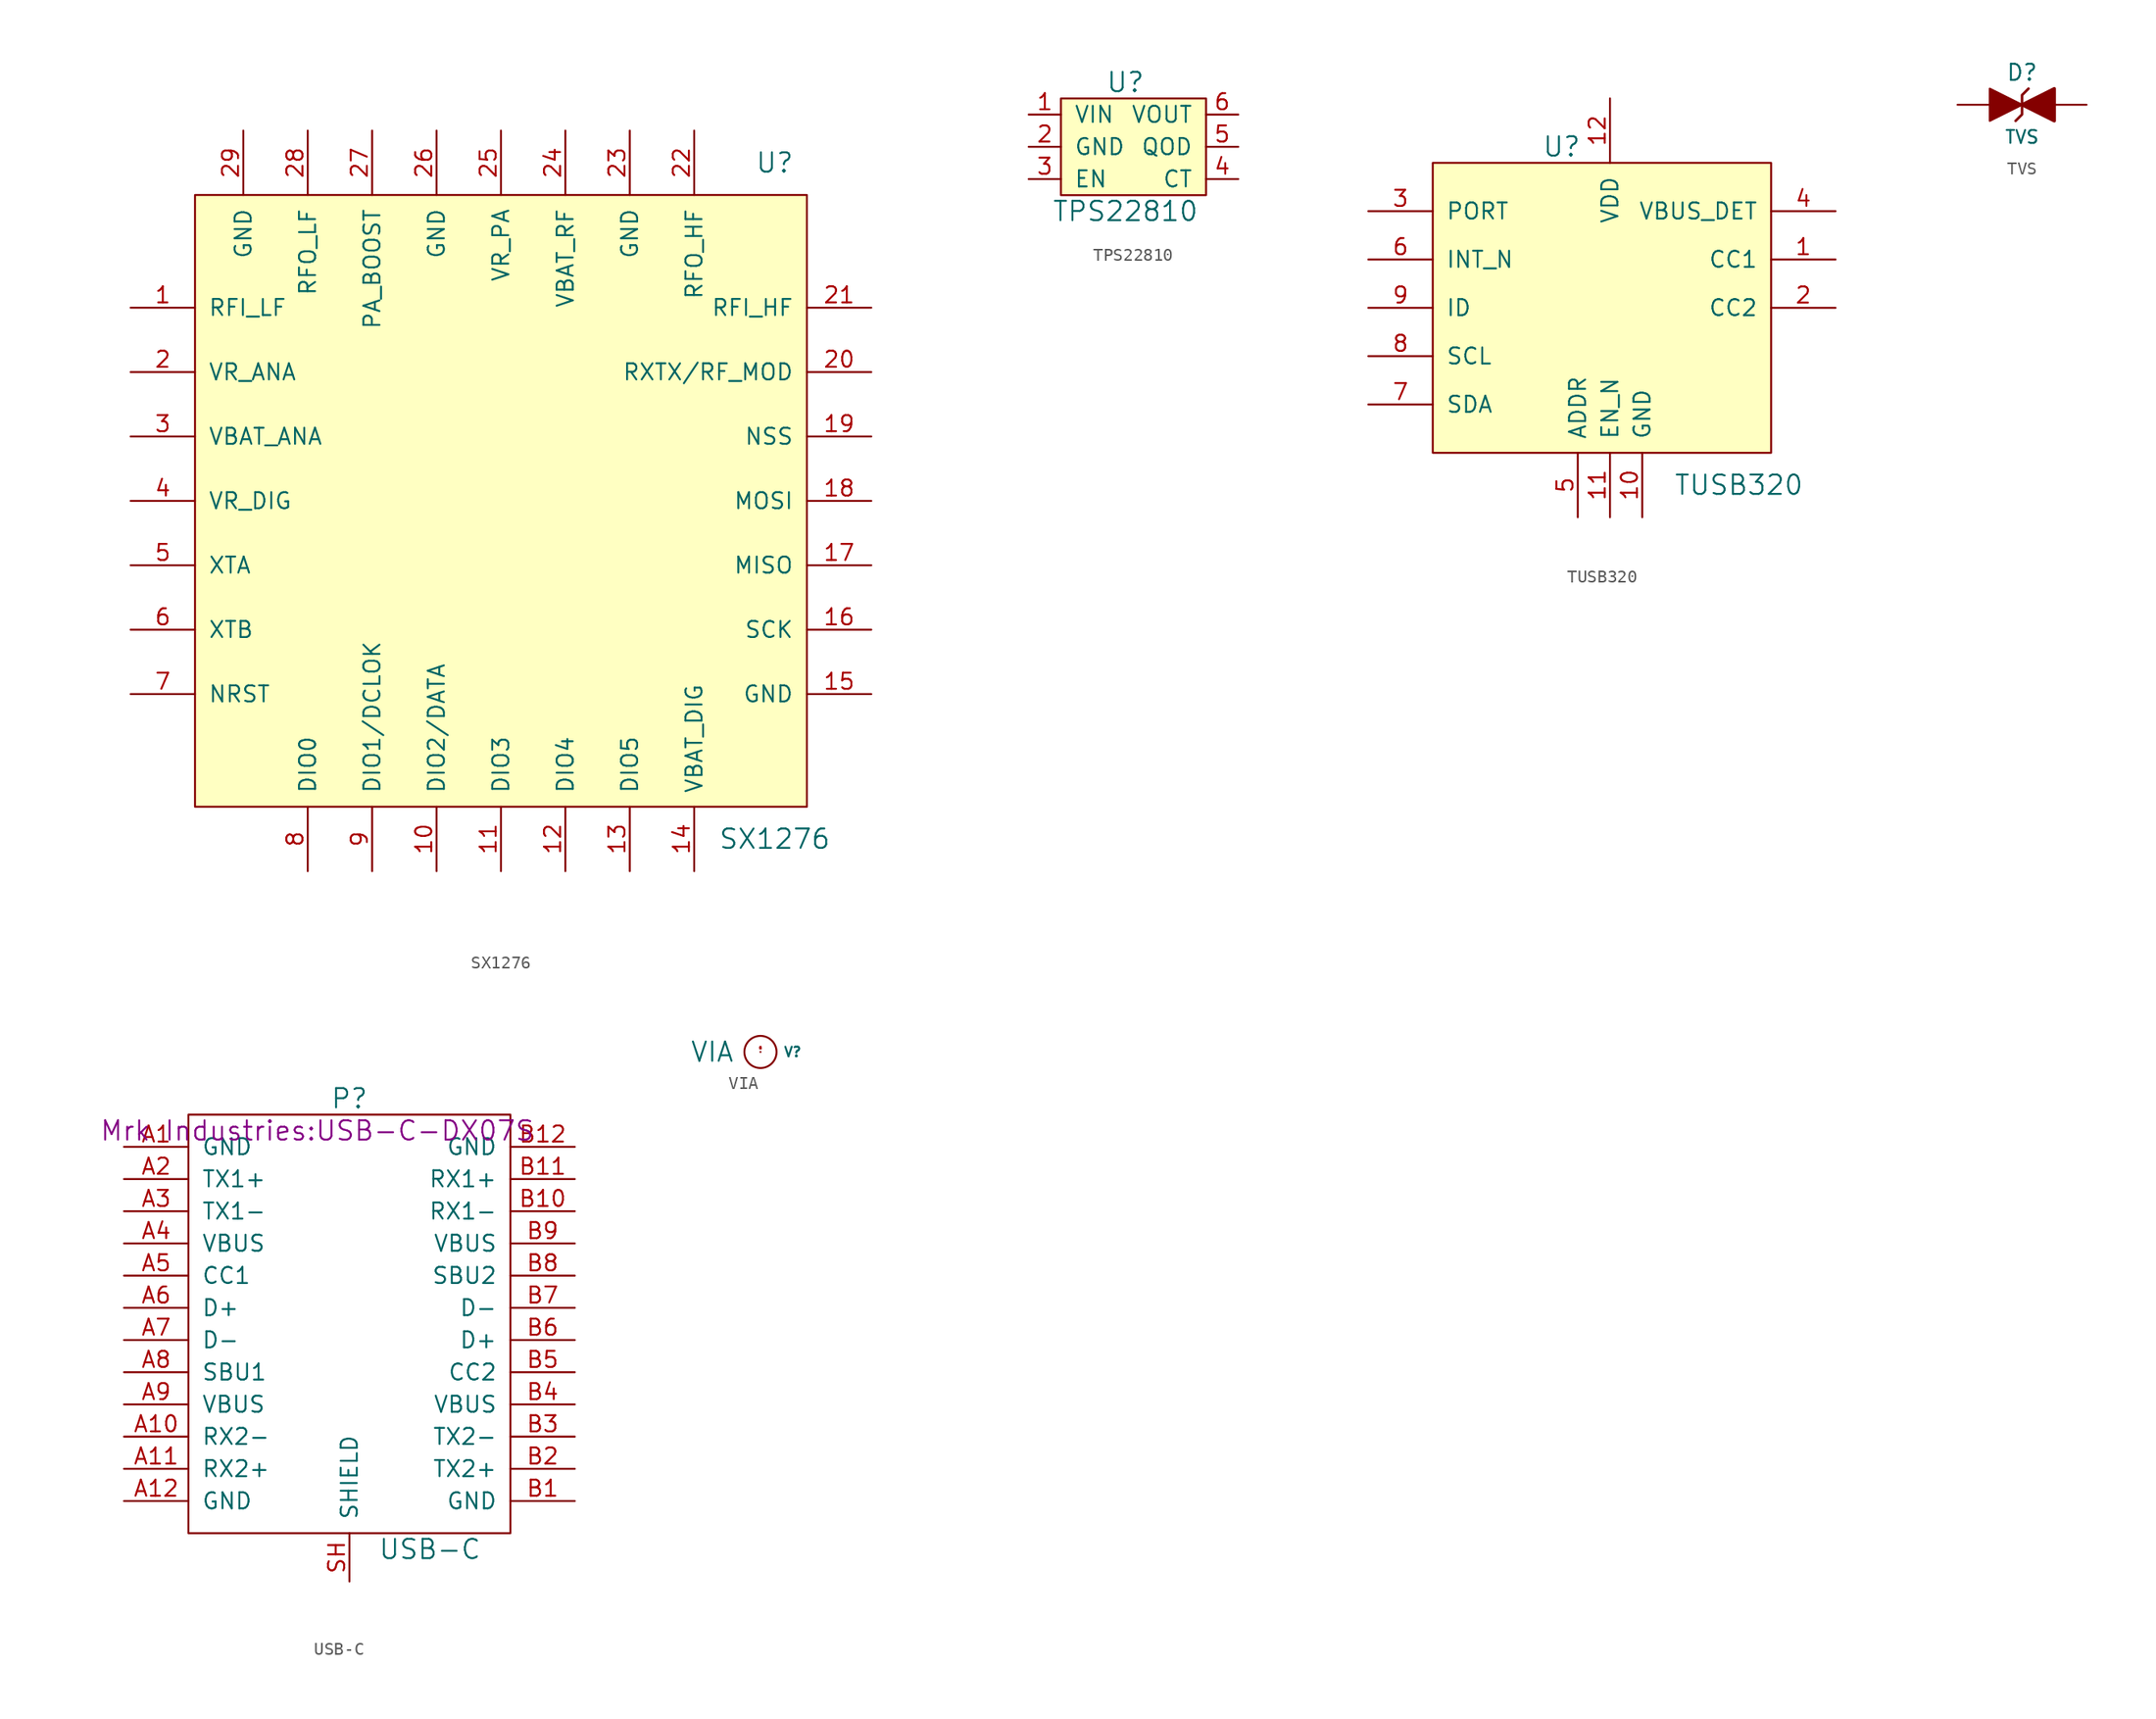
<source format=kicad_sym>
(kicad_symbol_lib
  (version 20211014)
  (generator kicad_symbol_editor)
  (symbol "SX1276"
    (pin_names
      (offset 1.016))
    (property "Reference" "U"
      (at 21.59 26.67 0)
      (effects (font (size 1.524 1.524))))
    (property "Value" "SX1276"
      (at 21.59 -26.67 0)
      (effects (font (size 1.524 1.524))))
    (property "Footprint" ""
      (at 0 0 0)
      (effects (font (size 1.524 1.524))))
    (property "Datasheet" ""
      (at 0 0 0)
      (effects (font (size 1.524 1.524))))
    (symbol "SX1276_0_1"
      (rectangle (start -24.13 24.13) (end 24.13 -24.13) (stroke (width 0) (type default) (color 0 0 0 0)) (fill (type background))))
    (symbol "SX1276_1_1"
      (pin input line (at -29.21 15.24 0) (length 5.08) (name "RFI_LF" (effects (font (size 1.27 1.27)))) (number "1" (effects (font (size 1.27 1.27)))))
      (pin input line (at -5.08 -29.21 90) (length 5.08) (name "DIO2/DATA" (effects (font (size 1.27 1.27)))) (number "10" (effects (font (size 1.27 1.27)))))
      (pin input line (at 0 -29.21 90) (length 5.08) (name "DIO3" (effects (font (size 1.27 1.27)))) (number "11" (effects (font (size 1.27 1.27)))))
      (pin input line (at 5.08 -29.21 90) (length 5.08) (name "DIO4" (effects (font (size 1.27 1.27)))) (number "12" (effects (font (size 1.27 1.27)))))
      (pin input line (at 10.16 -29.21 90) (length 5.08) (name "DIO5" (effects (font (size 1.27 1.27)))) (number "13" (effects (font (size 1.27 1.27)))))
      (pin input line (at 15.24 -29.21 90) (length 5.08) (name "VBAT_DIG" (effects (font (size 1.27 1.27)))) (number "14" (effects (font (size 1.27 1.27)))))
      (pin input line (at 29.21 -15.24 180) (length 5.08) (name "GND" (effects (font (size 1.27 1.27)))) (number "15" (effects (font (size 1.27 1.27)))))
      (pin input line (at 29.21 -10.16 180) (length 5.08) (name "SCK" (effects (font (size 1.27 1.27)))) (number "16" (effects (font (size 1.27 1.27)))))
      (pin input line (at 29.21 -5.08 180) (length 5.08) (name "MISO" (effects (font (size 1.27 1.27)))) (number "17" (effects (font (size 1.27 1.27)))))
      (pin input line (at 29.21 0 180) (length 5.08) (name "MOSI" (effects (font (size 1.27 1.27)))) (number "18" (effects (font (size 1.27 1.27)))))
      (pin input line (at 29.21 5.08 180) (length 5.08) (name "NSS" (effects (font (size 1.27 1.27)))) (number "19" (effects (font (size 1.27 1.27)))))
      (pin input line (at -29.21 10.16 0) (length 5.08) (name "VR_ANA" (effects (font (size 1.27 1.27)))) (number "2" (effects (font (size 1.27 1.27)))))
      (pin input line (at 29.21 10.16 180) (length 5.08) (name "RXTX/RF_MOD" (effects (font (size 1.27 1.27)))) (number "20" (effects (font (size 1.27 1.27)))))
      (pin input line (at 29.21 15.24 180) (length 5.08) (name "RFI_HF" (effects (font (size 1.27 1.27)))) (number "21" (effects (font (size 1.27 1.27)))))
      (pin input line (at 15.24 29.21 270) (length 5.08) (name "RFO_HF" (effects (font (size 1.27 1.27)))) (number "22" (effects (font (size 1.27 1.27)))))
      (pin input line (at 10.16 29.21 270) (length 5.08) (name "GND" (effects (font (size 1.27 1.27)))) (number "23" (effects (font (size 1.27 1.27)))))
      (pin input line (at 5.08 29.21 270) (length 5.08) (name "VBAT_RF" (effects (font (size 1.27 1.27)))) (number "24" (effects (font (size 1.27 1.27)))))
      (pin input line (at 0 29.21 270) (length 5.08) (name "VR_PA" (effects (font (size 1.27 1.27)))) (number "25" (effects (font (size 1.27 1.27)))))
      (pin input line (at -5.08 29.21 270) (length 5.08) (name "GND" (effects (font (size 1.27 1.27)))) (number "26" (effects (font (size 1.27 1.27)))))
      (pin input line (at -10.16 29.21 270) (length 5.08) (name "PA_BOOST" (effects (font (size 1.27 1.27)))) (number "27" (effects (font (size 1.27 1.27)))))
      (pin input line (at -15.24 29.21 270) (length 5.08) (name "RFO_LF" (effects (font (size 1.27 1.27)))) (number "28" (effects (font (size 1.27 1.27)))))
      (pin input line (at -20.32 29.21 270) (length 5.08) (name "GND" (effects (font (size 1.27 1.27)))) (number "29" (effects (font (size 1.27 1.27)))))
      (pin input line (at -29.21 5.08 0) (length 5.08) (name "VBAT_ANA" (effects (font (size 1.27 1.27)))) (number "3" (effects (font (size 1.27 1.27)))))
      (pin input line (at -29.21 0 0) (length 5.08) (name "VR_DIG" (effects (font (size 1.27 1.27)))) (number "4" (effects (font (size 1.27 1.27)))))
      (pin input line (at -29.21 -5.08 0) (length 5.08) (name "XTA" (effects (font (size 1.27 1.27)))) (number "5" (effects (font (size 1.27 1.27)))))
      (pin input line (at -29.21 -10.16 0) (length 5.08) (name "XTB" (effects (font (size 1.27 1.27)))) (number "6" (effects (font (size 1.27 1.27)))))
      (pin input line (at -29.21 -15.24 0) (length 5.08) (name "NRST" (effects (font (size 1.27 1.27)))) (number "7" (effects (font (size 1.27 1.27)))))
      (pin input line (at -15.24 -29.21 90) (length 5.08) (name "DIO0" (effects (font (size 1.27 1.27)))) (number "8" (effects (font (size 1.27 1.27)))))
      (pin input line (at -10.16 -29.21 90) (length 5.08) (name "DIO1/DCLOK" (effects (font (size 1.27 1.27)))) (number "9" (effects (font (size 1.27 1.27)))))))
  (symbol "TPS22810"
    (pin_names
      (offset 1.016))
    (property "Reference" "U"
      (at 0 5.08 0)
      (effects (font (size 1.524 1.524))))
    (property "Value" "TPS22810"
      (at 0 -5.08 0)
      (effects (font (size 1.524 1.524))))
    (symbol "TPS22810_0_1"
      (rectangle (start -5.08 3.81) (end 6.35 -3.81) (stroke (width 0) (type default) (color 0 0 0 0)) (fill (type background))))
    (symbol "TPS22810_1_1"
      (pin input line (at -7.62 2.54 0) (length 2.54) (name "VIN" (effects (font (size 1.27 1.27)))) (number "1" (effects (font (size 1.27 1.27)))))
      (pin input line (at -7.62 0 0) (length 2.54) (name "GND" (effects (font (size 1.27 1.27)))) (number "2" (effects (font (size 1.27 1.27)))))
      (pin input line (at -7.62 -2.54 0) (length 2.54) (name "EN" (effects (font (size 1.27 1.27)))) (number "3" (effects (font (size 1.27 1.27)))))
      (pin input line (at 8.89 -2.54 180) (length 2.54) (name "CT" (effects (font (size 1.27 1.27)))) (number "4" (effects (font (size 1.27 1.27)))))
      (pin input line (at 8.89 0 180) (length 2.54) (name "QOD" (effects (font (size 1.27 1.27)))) (number "5" (effects (font (size 1.27 1.27)))))
      (pin input line (at 8.89 2.54 180) (length 2.54) (name "VOUT" (effects (font (size 1.27 1.27)))) (number "6" (effects (font (size 1.27 1.27)))))))
  (symbol "TUSB320"
    (pin_names
      (offset 1.016))
    (property "Reference" "U"
      (at -3.81 12.7 0)
      (effects (font (size 1.524 1.524))))
    (property "Value" "TUSB320"
      (at 10.16 -13.97 0)
      (effects (font (size 1.524 1.524))))
    (property "Datasheet" ""
      (at 0 -2.54 0)
      (effects (font (size 1.524 1.524))))
    (symbol "TUSB320_0_1"
      (rectangle (start -13.97 11.43) (end 12.7 -11.43) (stroke (width 0) (type default) (color 0 0 0 0)) (fill (type background))))
    (symbol "TUSB320_1_1"
      (pin input line (at 17.78 3.81 180) (length 5.08) (name "CC1" (effects (font (size 1.27 1.27)))) (number "1" (effects (font (size 1.27 1.27)))))
      (pin input line (at 2.54 -16.51 90) (length 5.08) (name "GND" (effects (font (size 1.27 1.27)))) (number "10" (effects (font (size 1.27 1.27)))))
      (pin input line (at 0 -16.51 90) (length 5.08) (name "EN_N" (effects (font (size 1.27 1.27)))) (number "11" (effects (font (size 1.27 1.27)))))
      (pin input line (at 0 16.51 270) (length 5.08) (name "VDD" (effects (font (size 1.27 1.27)))) (number "12" (effects (font (size 1.27 1.27)))))
      (pin input line (at 17.78 0 180) (length 5.08) (name "CC2" (effects (font (size 1.27 1.27)))) (number "2" (effects (font (size 1.27 1.27)))))
      (pin input line (at -19.05 7.62 0) (length 5.08) (name "PORT" (effects (font (size 1.27 1.27)))) (number "3" (effects (font (size 1.27 1.27)))))
      (pin input line (at 17.78 7.62 180) (length 5.08) (name "VBUS_DET" (effects (font (size 1.27 1.27)))) (number "4" (effects (font (size 1.27 1.27)))))
      (pin input line (at -2.54 -16.51 90) (length 5.08) (name "ADDR" (effects (font (size 1.27 1.27)))) (number "5" (effects (font (size 1.27 1.27)))))
      (pin input line (at -19.05 3.81 0) (length 5.08) (name "INT_N" (effects (font (size 1.27 1.27)))) (number "6" (effects (font (size 1.27 1.27)))))
      (pin input line (at -19.05 -7.62 0) (length 5.08) (name "SDA" (effects (font (size 1.27 1.27)))) (number "7" (effects (font (size 1.27 1.27)))))
      (pin input line (at -19.05 -3.81 0) (length 5.08) (name "SCL" (effects (font (size 1.27 1.27)))) (number "8" (effects (font (size 1.27 1.27)))))
      (pin input line (at -19.05 0 0) (length 5.08) (name "ID" (effects (font (size 1.27 1.27)))) (number "9" (effects (font (size 1.27 1.27)))))))
  (symbol "TVS"
    (pin_numbers hide)
    (pin_names
      (offset 1.016) hide)
    (property "Reference" "D"
      (at 0 2.54 0)
      (effects (font (size 1.27 1.27))))
    (property "Value" "TVS"
      (at 0 -2.54 0)
      (effects (font (size 1.016 1.016))))
    (property "Footprint" ""
      (at 0 0 0)
      (effects (font (size 1.524 1.524))))
    (property "Datasheet" ""
      (at 0 0 0)
      (effects (font (size 1.524 1.524))))
    (symbol "TVS_0_1"
      (polyline (pts (xy 0 0) (xy 2.54 1.27) (xy 2.54 -1.27) (xy 0 0)) (stroke (width 0.254) (type default) (color 0 0 0 0)) (fill (type outline)))
      (polyline (pts (xy 0 0) (xy -2.54 1.27) (xy -2.54 -1.27) (xy 0 0) (xy 0 0)) (stroke (width 0) (type default) (color 0 0 0 0)) (fill (type outline)))
      (polyline (pts (xy 0.508 1.27) (xy 0 0.762) (xy 0 -0.762) (xy -0.508 -1.27) (xy -0.508 -1.27)) (stroke (width 0.203) (type default) (color 0 0 0 0)) (fill (type none))))
    (symbol "TVS_1_1"
      (pin passive line (at -5.08 0 0) (length 3.81) (name "A" (effects (font (size 1.016 1.016)))) (number "1" (effects (font (size 1.016 1.016)))))
      (pin passive line (at 5.08 0 180) (length 3.81) (name "K" (effects (font (size 1.016 1.016)))) (number "2" (effects (font (size 1.016 1.016)))))))
  (symbol "USB-C"
    (pin_names
      (offset 1.016))
    (property "Reference" "P"
      (at 0 17.78 0)
      (effects (font (size 1.524 1.524))))
    (property "Value" "USB-C"
      (at 6.35 -17.78 0)
      (effects (font (size 1.524 1.524))))
    (property "Footprint" "Mrk Industries:USB-C-DX07S"
      (at -2.54 15.24 0)
      (effects (font (size 1.524 1.524))))
    (property "Datasheet" ""
      (at 0 0 0)
      (effects (font (size 1.524 1.524))))
    (symbol "USB-C_0_1"
      (rectangle (start -12.7 16.51) (end 12.7 -16.51) (stroke (width 0) (type default) (color 0 0 0 0)) (fill (type none))))
    (symbol "USB-C_1_1"
      (pin input line (at -17.78 13.97 0) (length 5.08) (name "GND" (effects (font (size 1.27 1.27)))) (number "A1" (effects (font (size 1.27 1.27)))))
      (pin input line (at -17.78 -8.89 0) (length 5.08) (name "RX2-" (effects (font (size 1.27 1.27)))) (number "A10" (effects (font (size 1.27 1.27)))))
      (pin input line (at -17.78 -11.43 0) (length 5.08) (name "RX2+" (effects (font (size 1.27 1.27)))) (number "A11" (effects (font (size 1.27 1.27)))))
      (pin input line (at -17.78 -13.97 0) (length 5.08) (name "GND" (effects (font (size 1.27 1.27)))) (number "A12" (effects (font (size 1.27 1.27)))))
      (pin input line (at -17.78 11.43 0) (length 5.08) (name "TX1+" (effects (font (size 1.27 1.27)))) (number "A2" (effects (font (size 1.27 1.27)))))
      (pin input line (at -17.78 8.89 0) (length 5.08) (name "TX1-" (effects (font (size 1.27 1.27)))) (number "A3" (effects (font (size 1.27 1.27)))))
      (pin input line (at -17.78 6.35 0) (length 5.08) (name "VBUS" (effects (font (size 1.27 1.27)))) (number "A4" (effects (font (size 1.27 1.27)))))
      (pin input line (at -17.78 3.81 0) (length 5.08) (name "CC1" (effects (font (size 1.27 1.27)))) (number "A5" (effects (font (size 1.27 1.27)))))
      (pin input line (at -17.78 1.27 0) (length 5.08) (name "D+" (effects (font (size 1.27 1.27)))) (number "A6" (effects (font (size 1.27 1.27)))))
      (pin input line (at -17.78 -1.27 0) (length 5.08) (name "D-" (effects (font (size 1.27 1.27)))) (number "A7" (effects (font (size 1.27 1.27)))))
      (pin input line (at -17.78 -3.81 0) (length 5.08) (name "SBU1" (effects (font (size 1.27 1.27)))) (number "A8" (effects (font (size 1.27 1.27)))))
      (pin input line (at -17.78 -6.35 0) (length 5.08) (name "VBUS" (effects (font (size 1.27 1.27)))) (number "A9" (effects (font (size 1.27 1.27)))))
      (pin input line (at 17.78 -13.97 180) (length 5.08) (name "GND" (effects (font (size 1.27 1.27)))) (number "B1" (effects (font (size 1.27 1.27)))))
      (pin input line (at 17.78 8.89 180) (length 5.08) (name "RX1-" (effects (font (size 1.27 1.27)))) (number "B10" (effects (font (size 1.27 1.27)))))
      (pin input line (at 17.78 11.43 180) (length 5.08) (name "RX1+" (effects (font (size 1.27 1.27)))) (number "B11" (effects (font (size 1.27 1.27)))))
      (pin input line (at 17.78 13.97 180) (length 5.08) (name "GND" (effects (font (size 1.27 1.27)))) (number "B12" (effects (font (size 1.27 1.27)))))
      (pin input line (at 17.78 -11.43 180) (length 5.08) (name "TX2+" (effects (font (size 1.27 1.27)))) (number "B2" (effects (font (size 1.27 1.27)))))
      (pin input line (at 17.78 -8.89 180) (length 5.08) (name "TX2-" (effects (font (size 1.27 1.27)))) (number "B3" (effects (font (size 1.27 1.27)))))
      (pin input line (at 17.78 -6.35 180) (length 5.08) (name "VBUS" (effects (font (size 1.27 1.27)))) (number "B4" (effects (font (size 1.27 1.27)))))
      (pin input line (at 17.78 -3.81 180) (length 5.08) (name "CC2" (effects (font (size 1.27 1.27)))) (number "B5" (effects (font (size 1.27 1.27)))))
      (pin input line (at 17.78 -1.27 180) (length 5.08) (name "D+" (effects (font (size 1.27 1.27)))) (number "B6" (effects (font (size 1.27 1.27)))))
      (pin input line (at 17.78 1.27 180) (length 5.08) (name "D-" (effects (font (size 1.27 1.27)))) (number "B7" (effects (font (size 1.27 1.27)))))
      (pin input line (at 17.78 3.81 180) (length 5.08) (name "SBU2" (effects (font (size 1.27 1.27)))) (number "B8" (effects (font (size 1.27 1.27)))))
      (pin input line (at 17.78 6.35 180) (length 5.08) (name "VBUS" (effects (font (size 1.27 1.27)))) (number "B9" (effects (font (size 1.27 1.27)))))
      (pin input line (at 0 -20.32 90) (length 3.81) (name "SHIELD" (effects (font (size 1.27 1.27)))) (number "SH" (effects (font (size 1.27 1.27)))))))
  (symbol "VIA"
    (pin_names
      (offset 1.016))
    (property "Reference" "V"
      (at 2.54 0 0)
      (effects (font (size 0.762 0.762))))
    (property "Value" "VIA"
      (at -3.81 0 0)
      (effects (font (size 1.524 1.524))))
    (property "Datasheet" ""
      (at 0 0 0)
      (effects (font (size 1.524 1.524))))
    (symbol "VIA_0_1"
      (circle (center 0 0) (radius 1.27) (stroke (width 0) (type default) (color 0 0 0 0)) (fill (type none))))
    (symbol "VIA_1_1"
      (pin input line (at 0 0 0) (length 0) (name "~" (effects (font (size 1.27 1.27)))) (number "1" (effects (font (size 0.127 0.127))))))))
</source>
